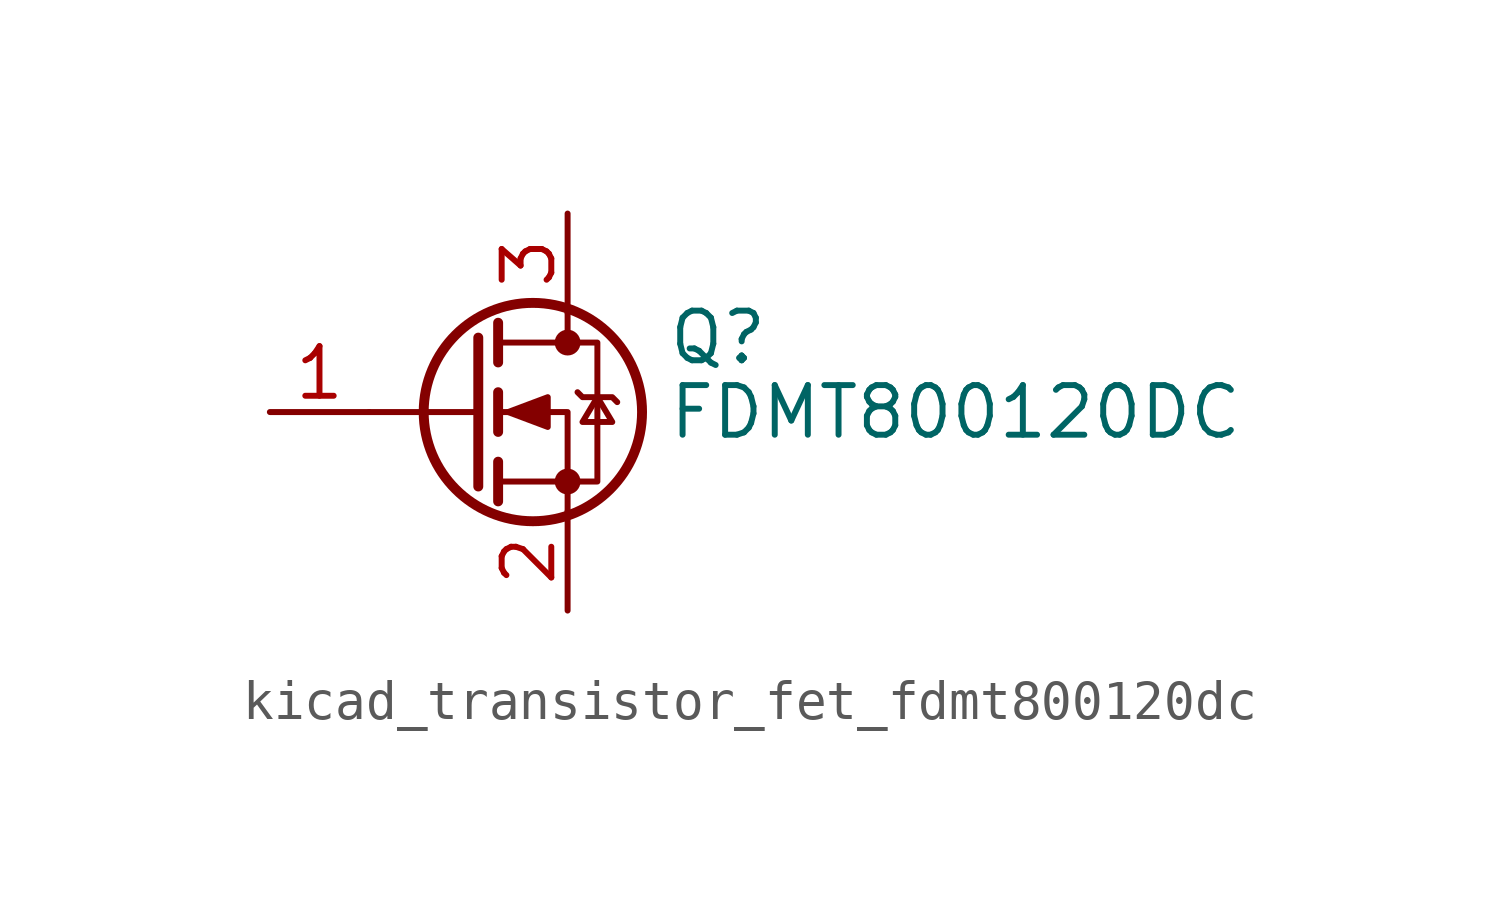
<source format=kicad_sym>
(kicad_symbol_lib
  (version 20220914)
  (generator kicad_symbol_editor)
  (symbol "kicad_transistor_fet_fdmt800120dc"
    (pin_names hide)
    (property "Reference" "Q"
      (at 5.08 1.905 0)
      (effects (font (size 1.27 1.27)) (justify left)))
    (property "Value" "FDMT800120DC"
      (at 5.08 0 0)
      (effects (font (size 1.27 1.27)) (justify left)))
    (symbol "kicad_transistor_fet_fdmt800120dc_0_1"
      (polyline (pts (xy 0.254 0) (xy -2.54 0)) (stroke (width 0) (type default)) (fill (type none)))
      (polyline (pts (xy 0.254 1.905) (xy 0.254 -1.905)) (stroke (width 0.254) (type default)) (fill (type none)))
      (polyline (pts (xy 0.762 -1.27) (xy 0.762 -2.286)) (stroke (width 0.254) (type default)) (fill (type none)))
      (polyline (pts (xy 0.762 0.508) (xy 0.762 -0.508)) (stroke (width 0.254) (type default)) (fill (type none)))
      (polyline (pts (xy 0.762 2.286) (xy 0.762 1.27)) (stroke (width 0.254) (type default)) (fill (type none)))
      (polyline (pts (xy 2.54 2.54) (xy 2.54 1.778)) (stroke (width 0) (type default)) (fill (type none)))
      (polyline (pts (xy 2.54 -2.54) (xy 2.54 0) (xy 0.762 0)) (stroke (width 0) (type default)) (fill (type none)))
      (polyline (pts (xy 0.762 -1.778) (xy 3.302 -1.778) (xy 3.302 1.778) (xy 0.762 1.778)) (stroke (width 0) (type default)) (fill (type none)))
      (polyline (pts (xy 1.016 0) (xy 2.032 0.381) (xy 2.032 -0.381) (xy 1.016 0)) (stroke (width 0) (type default)) (fill (type outline)))
      (polyline (pts (xy 2.794 0.508) (xy 2.921 0.381) (xy 3.683 0.381) (xy 3.81 0.254)) (stroke (width 0) (type default)) (fill (type none)))
      (polyline (pts (xy 3.302 0.381) (xy 2.921 -0.254) (xy 3.683 -0.254) (xy 3.302 0.381)) (stroke (width 0) (type default)) (fill (type none)))
      (circle (center 1.651 0) (radius 2.794) (stroke (width 0.254) (type default)) (fill (type none)))
      (circle (center 2.54 -1.778) (radius 0.254) (stroke (width 0) (type default)) (fill (type outline)))
      (circle (center 2.54 1.778) (radius 0.254) (stroke (width 0) (type default)) (fill (type outline))))
    (symbol "kicad_transistor_fet_fdmt800120dc_1_1"
      (pin passive line (at -5.08 0 0) (length 2.54) (name "G" (effects (font (size 1.27 1.27)))) (number "1" (effects (font (size 1.27 1.27)))))
      (pin passive line (at 2.54 -5.08 90) (length 2.54) (name "S" (effects (font (size 1.27 1.27)))) (number "2" (effects (font (size 1.27 1.27)))))
      (pin passive line (at 2.54 5.08 270) (length 2.54) (name "D" (effects (font (size 1.27 1.27)))) (number "3" (effects (font (size 1.27 1.27))))))))
</source>
